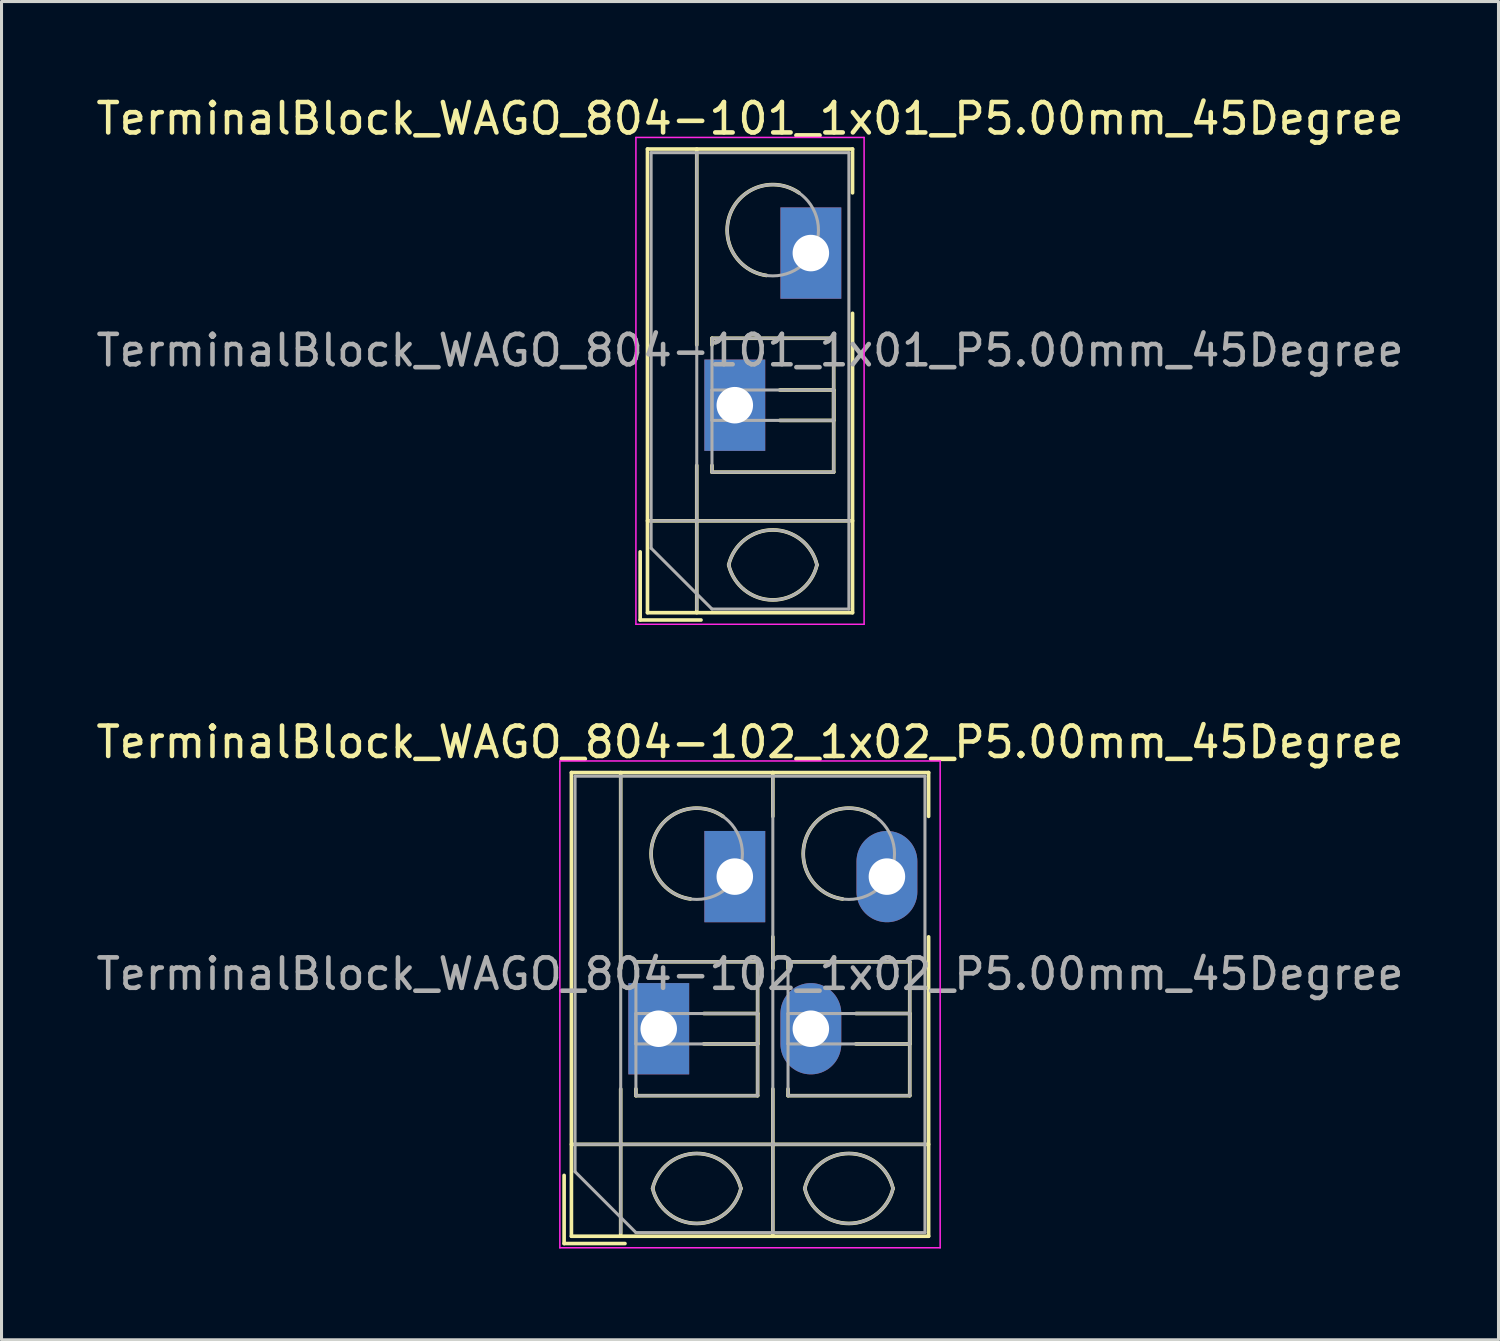
<source format=kicad_pcb>
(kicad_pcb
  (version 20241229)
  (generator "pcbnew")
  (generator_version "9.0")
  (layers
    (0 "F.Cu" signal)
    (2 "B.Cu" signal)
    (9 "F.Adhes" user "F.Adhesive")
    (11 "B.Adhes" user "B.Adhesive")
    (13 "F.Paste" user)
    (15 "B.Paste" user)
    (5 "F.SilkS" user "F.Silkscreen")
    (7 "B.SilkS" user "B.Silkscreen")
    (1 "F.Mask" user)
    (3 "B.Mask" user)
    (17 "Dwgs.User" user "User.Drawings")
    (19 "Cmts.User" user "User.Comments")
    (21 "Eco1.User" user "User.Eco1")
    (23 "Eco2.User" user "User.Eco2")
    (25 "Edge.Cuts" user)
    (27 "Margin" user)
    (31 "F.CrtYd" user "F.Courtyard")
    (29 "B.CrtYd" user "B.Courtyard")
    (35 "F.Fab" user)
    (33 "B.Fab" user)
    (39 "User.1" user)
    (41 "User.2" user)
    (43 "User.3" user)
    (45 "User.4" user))
  (footprint "TerminalBlock_WAGO_804-102_1x02_P5.00mm_45Degree"
    (layer "F.Cu")
    (at 18.601 30.762)
    (property "Reference" "TerminalBlock_WAGO_804-102_1x02_P5.00mm_45Degree" (at 3 -9.42 0) (layer "F.SilkS") (effects (font (size 1 1) (thickness 0.15))))
    (attr through_hole)
    (fp_line (start -3.11 4.82) (end -3.11 7.06) (stroke (width 0.12) (type solid)) (layer "F.SilkS"))
    (fp_line (start -3.11 7.06) (end -1.11 7.06) (stroke (width 0.12) (type solid)) (layer "F.SilkS"))
    (fp_line (start -2.87 -8.42) (end -2.87 6.82) (stroke (width 0.12) (type solid)) (layer "F.SilkS"))
    (fp_line (start -2.87 -8.42) (end 8.87 -8.42) (stroke (width 0.12) (type solid)) (layer "F.SilkS"))
    (fp_line (start -2.87 3.8) (end 8.87 3.8) (stroke (width 0.12) (type solid)) (layer "F.SilkS"))
    (fp_line (start -2.87 6.82) (end 8.87 6.82) (stroke (width 0.12) (type solid)) (layer "F.SilkS"))
    (fp_line (start -1.25 -8.42) (end -1.25 -1.98) (stroke (width 0.12) (type solid)) (layer "F.SilkS"))
    (fp_line (start -1.25 1.98) (end -1.25 6.82) (stroke (width 0.12) (type solid)) (layer "F.SilkS"))
    (fp_line (start -0.75 -2.2) (end -0.75 -1.98) (stroke (width 0.12) (type solid)) (layer "F.SilkS"))
    (fp_line (start -0.75 -2.2) (end 3.25 -2.2) (stroke (width 0.12) (type solid)) (layer "F.SilkS"))
    (fp_line (start -0.75 1.98) (end -0.75 2.2) (stroke (width 0.12) (type solid)) (layer "F.SilkS"))
    (fp_line (start -0.75 2.2) (end 3.25 2.2) (stroke (width 0.12) (type solid)) (layer "F.SilkS"))
    (fp_line (start 1.48 -0.5) (end 3.25 -0.5) (stroke (width 0.12) (type solid)) (layer "F.SilkS"))
    (fp_line (start 1.48 0.5) (end 3.25 0.5) (stroke (width 0.12) (type solid)) (layer "F.SilkS"))
    (fp_line (start 3.25 -2.2) (end 3.25 2.2) (stroke (width 0.12) (type solid)) (layer "F.SilkS"))
    (fp_line (start 3.25 -0.5) (end 3.25 0.5) (stroke (width 0.12) (type solid)) (layer "F.SilkS"))
    (fp_line (start 3.75 -8.42) (end 3.75 -6.98) (stroke (width 0.12) (type solid)) (layer "F.SilkS"))
    (fp_line (start 3.75 -3.02) (end 3.75 -1.98) (stroke (width 0.12) (type solid)) (layer "F.SilkS"))
    (fp_line (start 3.75 1.98) (end 3.75 6.82) (stroke (width 0.12) (type solid)) (layer "F.SilkS"))
    (fp_line (start 4.25 -2.2) (end 4.25 -1.98) (stroke (width 0.12) (type solid)) (layer "F.SilkS"))
    (fp_line (start 4.25 -2.2) (end 8.25 -2.2) (stroke (width 0.12) (type solid)) (layer "F.SilkS"))
    (fp_line (start 4.25 1.98) (end 4.25 2.2) (stroke (width 0.12) (type solid)) (layer "F.SilkS"))
    (fp_line (start 4.25 2.2) (end 8.25 2.2) (stroke (width 0.12) (type solid)) (layer "F.SilkS"))
    (fp_line (start 6.48 -0.5) (end 8.25 -0.5) (stroke (width 0.12) (type solid)) (layer "F.SilkS"))
    (fp_line (start 6.48 0.5) (end 8.25 0.5) (stroke (width 0.12) (type solid)) (layer "F.SilkS"))
    (fp_line (start 8.25 -2.2) (end 8.25 2.2) (stroke (width 0.12) (type solid)) (layer "F.SilkS"))
    (fp_line (start 8.25 -0.5) (end 8.25 0.5) (stroke (width 0.12) (type solid)) (layer "F.SilkS"))
    (fp_line (start 8.87 -8.42) (end 8.87 -6.98) (stroke (width 0.12) (type solid)) (layer "F.SilkS"))
    (fp_line (start 8.87 -3.02) (end 8.87 6.82) (stroke (width 0.12) (type solid)) (layer "F.SilkS"))
    (fp_arc (start -0.200865 5.250424) (mid 1.250296 4.099926) (end 2.701 5.251) (stroke (width 0.12) (type solid)) (layer "F.SilkS"))
    (fp_arc (start 1.040798 -4.264067) (mid -0.146039 -6.300306) (end 2.111 -6.979) (stroke (width 0.12) (type solid)) (layer "F.SilkS"))
    (fp_arc (start 2.7 5.25) (mid 1.250068 6.400101) (end -0.199969 5.250133) (stroke (width 0.12) (type solid)) (layer "F.SilkS"))
    (fp_arc (start 4.799135 5.250424) (mid 6.250296 4.099926) (end 7.701 5.251) (stroke (width 0.12) (type solid)) (layer "F.SilkS"))
    (fp_arc (start 6.040798 -4.264067) (mid 4.853961 -6.300306) (end 7.111 -6.979) (stroke (width 0.12) (type solid)) (layer "F.SilkS"))
    (fp_arc (start 7.7 5.25) (mid 6.250068 6.400101) (end 4.800031 5.250133) (stroke (width 0.12) (type solid)) (layer "F.SilkS"))
    (fp_line (start -3.25 -8.8) (end -3.25 7.2) (stroke (width 0.05) (type solid)) (layer "F.CrtYd"))
    (fp_line (start -3.25 7.2) (end 9.25 7.2) (stroke (width 0.05) (type solid)) (layer "F.CrtYd"))
    (fp_line (start 9.25 -8.8) (end -3.25 -8.8) (stroke (width 0.05) (type solid)) (layer "F.CrtYd"))
    (fp_line (start 9.25 7.2) (end 9.25 -8.8) (stroke (width 0.05) (type solid)) (layer "F.CrtYd"))
    (fp_line (start -2.75 -8.3) (end 8.75 -8.3) (stroke (width 0.1) (type solid)) (layer "F.Fab"))
    (fp_line (start -2.75 3.8) (end 8.75 3.8) (stroke (width 0.1) (type solid)) (layer "F.Fab"))
    (fp_line (start -2.75 4.7) (end -2.75 -8.3) (stroke (width 0.1) (type solid)) (layer "F.Fab"))
    (fp_line (start -1.25 -8.3) (end -1.25 6.7) (stroke (width 0.1) (type solid)) (layer "F.Fab"))
    (fp_line (start -0.75 -2.2) (end -0.75 2.2) (stroke (width 0.1) (type solid)) (layer "F.Fab"))
    (fp_line (start -0.75 -0.5) (end -0.75 0.5) (stroke (width 0.1) (type solid)) (layer "F.Fab"))
    (fp_line (start -0.75 0.5) (end 3.25 0.5) (stroke (width 0.1) (type solid)) (layer "F.Fab"))
    (fp_line (start -0.75 2.2) (end 3.25 2.2) (stroke (width 0.1) (type solid)) (layer "F.Fab"))
    (fp_line (start -0.75 6.7) (end -2.75 4.7) (stroke (width 0.1) (type solid)) (layer "F.Fab"))
    (fp_line (start 3.25 -2.2) (end -0.75 -2.2) (stroke (width 0.1) (type solid)) (layer "F.Fab"))
    (fp_line (start 3.25 -0.5) (end -0.75 -0.5) (stroke (width 0.1) (type solid)) (layer "F.Fab"))
    (fp_line (start 3.25 0.5) (end 3.25 -0.5) (stroke (width 0.1) (type solid)) (layer "F.Fab"))
    (fp_line (start 3.25 2.2) (end 3.25 -2.2) (stroke (width 0.1) (type solid)) (layer "F.Fab"))
    (fp_line (start 3.75 -8.3) (end 3.75 6.7) (stroke (width 0.1) (type solid)) (layer "F.Fab"))
    (fp_line (start 4.25 -2.2) (end 4.25 2.2) (stroke (width 0.1) (type solid)) (layer "F.Fab"))
    (fp_line (start 4.25 -0.5) (end 4.25 0.5) (stroke (width 0.1) (type solid)) (layer "F.Fab"))
    (fp_line (start 4.25 0.5) (end 8.25 0.5) (stroke (width 0.1) (type solid)) (layer "F.Fab"))
    (fp_line (start 4.25 2.2) (end 8.25 2.2) (stroke (width 0.1) (type solid)) (layer "F.Fab"))
    (fp_line (start 8.25 -2.2) (end 4.25 -2.2) (stroke (width 0.1) (type solid)) (layer "F.Fab"))
    (fp_line (start 8.25 -0.5) (end 4.25 -0.5) (stroke (width 0.1) (type solid)) (layer "F.Fab"))
    (fp_line (start 8.25 0.5) (end 8.25 -0.5) (stroke (width 0.1) (type solid)) (layer "F.Fab"))
    (fp_line (start 8.25 2.2) (end 8.25 -2.2) (stroke (width 0.1) (type solid)) (layer "F.Fab"))
    (fp_line (start 8.75 -8.3) (end 8.75 6.7) (stroke (width 0.1) (type solid)) (layer "F.Fab"))
    (fp_line (start 8.75 6.7) (end -0.75 6.7) (stroke (width 0.1) (type solid)) (layer "F.Fab"))
    (fp_arc (start -0.200865 5.250424) (mid 1.250296 4.099926) (end 2.701 5.251) (stroke (width 0.1) (type solid)) (layer "F.Fab"))
    (fp_arc (start 2.7 5.25) (mid 1.250068 6.400101) (end -0.199969 5.250133) (stroke (width 0.1) (type solid)) (layer "F.Fab"))
    (fp_arc (start 4.799135 5.250424) (mid 6.250296 4.099926) (end 7.701 5.251) (stroke (width 0.1) (type solid)) (layer "F.Fab"))
    (fp_arc (start 7.7 5.25) (mid 6.250068 6.400101) (end 4.800031 5.250133) (stroke (width 0.1) (type solid)) (layer "F.Fab"))
    (fp_circle (center 1.25 -5.75) (end 2.75 -5.75) (stroke (width 0.1) (type solid)) (fill no) (layer "F.Fab"))
    (fp_circle (center 6.25 -5.75) (end 7.75 -5.75) (stroke (width 0.1) (type solid)) (fill no) (layer "F.Fab"))
    (fp_text user "${REFERENCE}" (at 3 -1.8 0) (layer "F.Fab") (effects (font (size 1 1) (thickness 0.15))))
    (pad "1" thru_hole rect (at 0 0) (size 2 3) (drill 1.2) (layers "*.Cu" "*.Mask"))
    (pad "1" thru_hole rect (at 2.5 -5) (size 2 3) (drill 1.2) (layers "*.Cu" "*.Mask"))
    (pad "2" thru_hole oval (at 5 0) (size 2 3) (drill 1.2) (layers "*.Cu" "*.Mask"))
    (pad "2" thru_hole oval (at 7.5 -5) (size 2 3) (drill 1.2) (layers "*.Cu" "*.Mask")))
  (footprint "TerminalBlock_WAGO_804-101_1x01_P5.00mm_45Degree"
    (layer "F.Cu")
    (at 21.101 10.268)
    (property "Reference" "TerminalBlock_WAGO_804-101_1x01_P5.00mm_45Degree" (at 0.5 -9.42 0) (layer "F.SilkS") (effects (font (size 1 1) (thickness 0.15))))
    (attr through_hole)
    (fp_line (start -3.11 4.82) (end -3.11 7.06) (stroke (width 0.12) (type solid)) (layer "F.SilkS"))
    (fp_line (start -3.11 7.06) (end -1.11 7.06) (stroke (width 0.12) (type solid)) (layer "F.SilkS"))
    (fp_line (start -2.87 -8.42) (end -2.87 6.82) (stroke (width 0.12) (type solid)) (layer "F.SilkS"))
    (fp_line (start -2.87 -8.42) (end 3.87 -8.42) (stroke (width 0.12) (type solid)) (layer "F.SilkS"))
    (fp_line (start -2.87 3.8) (end 3.87 3.8) (stroke (width 0.12) (type solid)) (layer "F.SilkS"))
    (fp_line (start -2.87 6.82) (end 3.87 6.82) (stroke (width 0.12) (type solid)) (layer "F.SilkS"))
    (fp_line (start -1.25 -8.42) (end -1.25 -1.98) (stroke (width 0.12) (type solid)) (layer "F.SilkS"))
    (fp_line (start -1.25 1.98) (end -1.25 6.82) (stroke (width 0.12) (type solid)) (layer "F.SilkS"))
    (fp_line (start -0.75 -2.2) (end -0.75 -1.98) (stroke (width 0.12) (type solid)) (layer "F.SilkS"))
    (fp_line (start -0.75 -2.2) (end 3.25 -2.2) (stroke (width 0.12) (type solid)) (layer "F.SilkS"))
    (fp_line (start -0.75 1.98) (end -0.75 2.2) (stroke (width 0.12) (type solid)) (layer "F.SilkS"))
    (fp_line (start -0.75 2.2) (end 3.25 2.2) (stroke (width 0.12) (type solid)) (layer "F.SilkS"))
    (fp_line (start 1.48 -0.5) (end 3.25 -0.5) (stroke (width 0.12) (type solid)) (layer "F.SilkS"))
    (fp_line (start 1.48 0.5) (end 3.25 0.5) (stroke (width 0.12) (type solid)) (layer "F.SilkS"))
    (fp_line (start 3.25 -2.2) (end 3.25 2.2) (stroke (width 0.12) (type solid)) (layer "F.SilkS"))
    (fp_line (start 3.25 -0.5) (end 3.25 0.5) (stroke (width 0.12) (type solid)) (layer "F.SilkS"))
    (fp_line (start 3.87 -8.42) (end 3.87 -6.98) (stroke (width 0.12) (type solid)) (layer "F.SilkS"))
    (fp_line (start 3.87 -3.02) (end 3.87 6.82) (stroke (width 0.12) (type solid)) (layer "F.SilkS"))
    (fp_arc (start -0.200865 5.250424) (mid 1.250296 4.099926) (end 2.701 5.251) (stroke (width 0.12) (type solid)) (layer "F.SilkS"))
    (fp_arc (start 1.040798 -4.264067) (mid -0.146039 -6.300306) (end 2.111 -6.979) (stroke (width 0.12) (type solid)) (layer "F.SilkS"))
    (fp_arc (start 2.7 5.25) (mid 1.250068 6.400101) (end -0.199969 5.250133) (stroke (width 0.12) (type solid)) (layer "F.SilkS"))
    (fp_line (start -3.25 -8.8) (end -3.25 7.2) (stroke (width 0.05) (type solid)) (layer "F.CrtYd"))
    (fp_line (start -3.25 7.2) (end 4.25 7.2) (stroke (width 0.05) (type solid)) (layer "F.CrtYd"))
    (fp_line (start 4.25 -8.8) (end -3.25 -8.8) (stroke (width 0.05) (type solid)) (layer "F.CrtYd"))
    (fp_line (start 4.25 7.2) (end 4.25 -8.8) (stroke (width 0.05) (type solid)) (layer "F.CrtYd"))
    (fp_line (start -2.75 -8.3) (end 3.75 -8.3) (stroke (width 0.1) (type solid)) (layer "F.Fab"))
    (fp_line (start -2.75 3.8) (end 3.75 3.8) (stroke (width 0.1) (type solid)) (layer "F.Fab"))
    (fp_line (start -2.75 4.7) (end -2.75 -8.3) (stroke (width 0.1) (type solid)) (layer "F.Fab"))
    (fp_line (start -1.25 -8.3) (end -1.25 6.7) (stroke (width 0.1) (type solid)) (layer "F.Fab"))
    (fp_line (start -0.75 -2.2) (end -0.75 2.2) (stroke (width 0.1) (type solid)) (layer "F.Fab"))
    (fp_line (start -0.75 -0.5) (end -0.75 0.5) (stroke (width 0.1) (type solid)) (layer "F.Fab"))
    (fp_line (start -0.75 0.5) (end 3.25 0.5) (stroke (width 0.1) (type solid)) (layer "F.Fab"))
    (fp_line (start -0.75 2.2) (end 3.25 2.2) (stroke (width 0.1) (type solid)) (layer "F.Fab"))
    (fp_line (start -0.75 6.7) (end -2.75 4.7) (stroke (width 0.1) (type solid)) (layer "F.Fab"))
    (fp_line (start 3.25 -2.2) (end -0.75 -2.2) (stroke (width 0.1) (type solid)) (layer "F.Fab"))
    (fp_line (start 3.25 -0.5) (end -0.75 -0.5) (stroke (width 0.1) (type solid)) (layer "F.Fab"))
    (fp_line (start 3.25 0.5) (end 3.25 -0.5) (stroke (width 0.1) (type solid)) (layer "F.Fab"))
    (fp_line (start 3.25 2.2) (end 3.25 -2.2) (stroke (width 0.1) (type solid)) (layer "F.Fab"))
    (fp_line (start 3.75 -8.3) (end 3.75 6.7) (stroke (width 0.1) (type solid)) (layer "F.Fab"))
    (fp_line (start 3.75 6.7) (end -0.75 6.7) (stroke (width 0.1) (type solid)) (layer "F.Fab"))
    (fp_arc (start -0.200865 5.250424) (mid 1.250296 4.099926) (end 2.701 5.251) (stroke (width 0.1) (type solid)) (layer "F.Fab"))
    (fp_arc (start 2.7 5.25) (mid 1.250068 6.400101) (end -0.199969 5.250133) (stroke (width 0.1) (type solid)) (layer "F.Fab"))
    (fp_circle (center 1.25 -5.75) (end 2.75 -5.75) (stroke (width 0.1) (type solid)) (fill no) (layer "F.Fab"))
    (fp_text user "${REFERENCE}" (at 0.5 -1.8 0) (layer "F.Fab") (effects (font (size 1 1) (thickness 0.15))))
    (pad "1" thru_hole rect (at 0 0) (size 2 3) (drill 1.2) (layers "*.Cu" "*.Mask"))
    (pad "1" thru_hole rect (at 2.5 -5) (size 2 3) (drill 1.2) (layers "*.Cu" "*.Mask")))
  (gr_rect
    (start -3 -3)
    (end 46.202 40.986)
    (stroke (width 0.1) (type default))
    (fill no)
    (layer "Edge.Cuts")))
</source>
